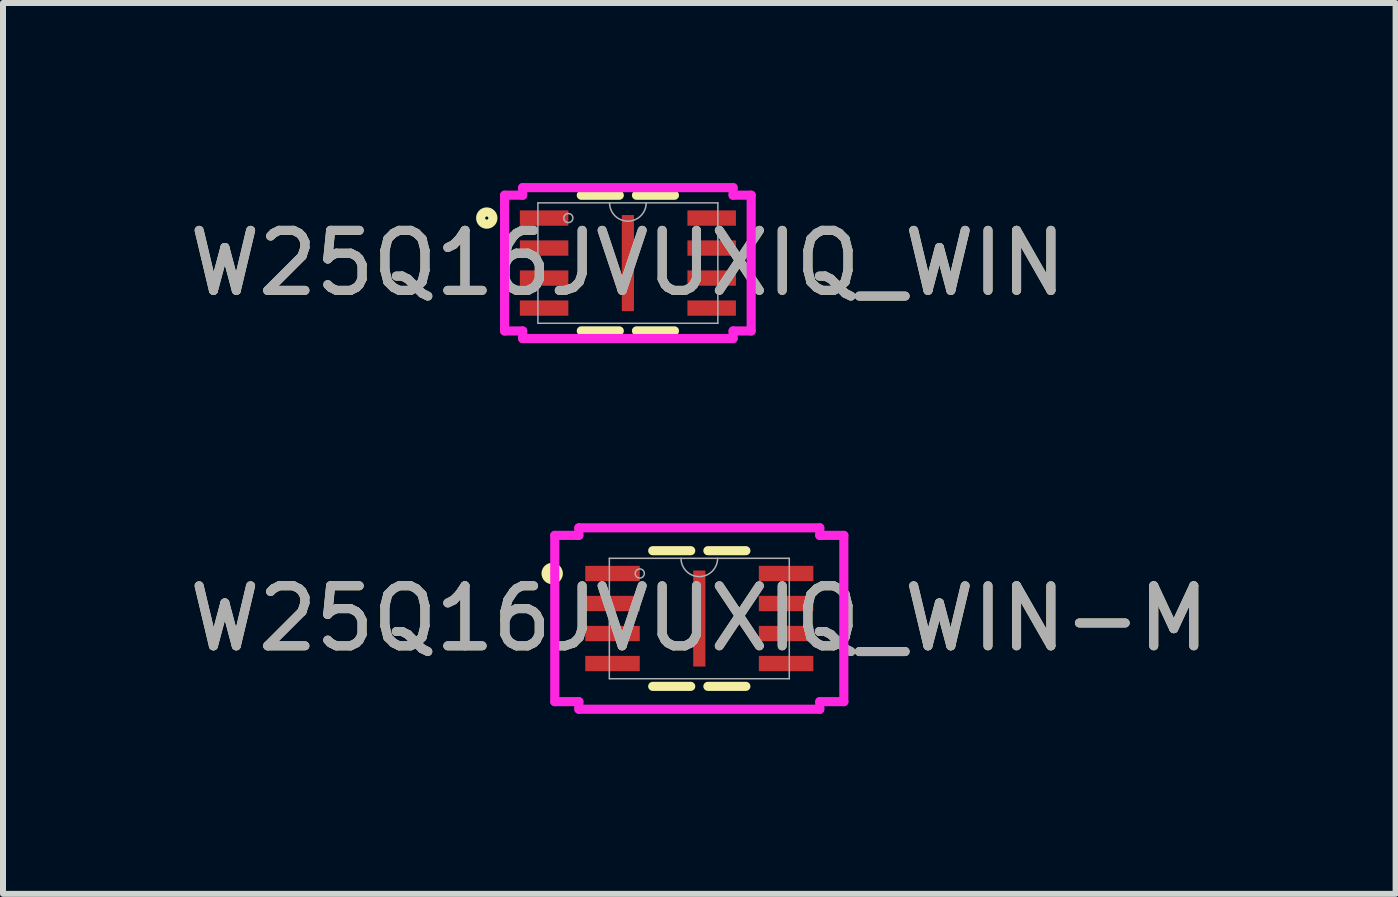
<source format=kicad_pcb>
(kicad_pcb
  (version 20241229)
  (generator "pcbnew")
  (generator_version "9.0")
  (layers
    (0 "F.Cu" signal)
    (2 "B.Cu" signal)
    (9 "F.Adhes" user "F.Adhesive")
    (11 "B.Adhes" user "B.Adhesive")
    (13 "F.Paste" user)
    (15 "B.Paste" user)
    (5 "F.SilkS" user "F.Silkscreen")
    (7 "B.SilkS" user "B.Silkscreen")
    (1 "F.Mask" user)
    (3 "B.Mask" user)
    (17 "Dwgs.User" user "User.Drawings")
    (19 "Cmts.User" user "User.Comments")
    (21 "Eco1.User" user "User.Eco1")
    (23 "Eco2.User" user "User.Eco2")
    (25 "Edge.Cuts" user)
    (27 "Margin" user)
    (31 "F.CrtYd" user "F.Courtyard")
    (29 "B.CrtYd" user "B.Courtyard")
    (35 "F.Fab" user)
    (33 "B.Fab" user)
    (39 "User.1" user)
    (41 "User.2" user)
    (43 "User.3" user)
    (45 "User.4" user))
  (footprint "W25Q16JVUXIQ_WIN-M"
    (layer "F.Cu")
    (at 8.601 7.255)
    (property "Reference" "W25Q16JVUXIQ_WIN-M" (at 0 0 0) (unlocked yes) (layer "F.SilkS") (effects (font (size 1 1) (thickness 0.15))))
    (attr smd)
    (fp_line (start -0.776 1.13) (end -0.143 1.13) (stroke (width 0.152) (type solid)) (layer "F.SilkS"))
    (fp_line (start -0.143 -1.13) (end -0.776 -1.13) (stroke (width 0.152) (type solid)) (layer "F.SilkS"))
    (fp_line (start 0.143 1.13) (end 0.776 1.13) (stroke (width 0.152) (type solid)) (layer "F.SilkS"))
    (fp_line (start 0.776 -1.13) (end 0.143 -1.13) (stroke (width 0.152) (type solid)) (layer "F.SilkS"))
    (fp_circle (center -2.451 -0.75) (end -2.349 -0.75) (stroke (width 0.152) (type solid)) (fill no) (layer "F.SilkS"))
    (fp_line (start -2.408 -1.385) (end -2.007 -1.385) (stroke (width 0.152) (type solid)) (layer "F.CrtYd"))
    (fp_line (start -2.408 1.385) (end -2.408 -1.385) (stroke (width 0.152) (type solid)) (layer "F.CrtYd"))
    (fp_line (start -2.408 1.385) (end -2.007 1.385) (stroke (width 0.152) (type solid)) (layer "F.CrtYd"))
    (fp_line (start -2.007 -1.511) (end 2.007 -1.511) (stroke (width 0.152) (type solid)) (layer "F.CrtYd"))
    (fp_line (start -2.007 -1.385) (end -2.007 -1.511) (stroke (width 0.152) (type solid)) (layer "F.CrtYd"))
    (fp_line (start -2.007 1.511) (end -2.007 1.385) (stroke (width 0.152) (type solid)) (layer "F.CrtYd"))
    (fp_line (start 2.007 -1.511) (end 2.007 -1.385) (stroke (width 0.152) (type solid)) (layer "F.CrtYd"))
    (fp_line (start 2.007 1.385) (end 2.007 1.511) (stroke (width 0.152) (type solid)) (layer "F.CrtYd"))
    (fp_line (start 2.007 1.511) (end -2.007 1.511) (stroke (width 0.152) (type solid)) (layer "F.CrtYd"))
    (fp_line (start 2.408 -1.385) (end 2.007 -1.385) (stroke (width 0.152) (type solid)) (layer "F.CrtYd"))
    (fp_line (start 2.408 -1.385) (end 2.408 1.385) (stroke (width 0.152) (type solid)) (layer "F.CrtYd"))
    (fp_line (start 2.408 1.385) (end 2.007 1.385) (stroke (width 0.152) (type solid)) (layer "F.CrtYd"))
    (fp_line (start -1.499 -1.003) (end -1.499 1.003) (stroke (width 0.025) (type solid)) (layer "F.Fab"))
    (fp_line (start -1.499 1.003) (end 1.499 1.003) (stroke (width 0.025) (type solid)) (layer "F.Fab"))
    (fp_line (start 1.499 -1.003) (end -1.499 -1.003) (stroke (width 0.025) (type solid)) (layer "F.Fab"))
    (fp_line (start 1.499 1.003) (end 1.499 -1.003) (stroke (width 0.025) (type solid)) (layer "F.Fab"))
    (fp_arc (start 0.3048 -1.0033) (mid 0 -0.6985) (end -0.3048 -1.0033) (stroke (width 0.0254) (type solid)) (layer "F.Fab"))
    (fp_circle (center -0.992 -0.75) (end -0.916 -0.75) (stroke (width 0.025) (type solid)) (fill no) (layer "F.Fab"))
    (fp_text user "${REFERENCE}" (at 0 0 0) (unlocked yes) (layer "F.Fab") (effects (font (size 1 1) (thickness 0.15))))
    (pad "1" smd rect (at -1.446 -0.75) (size 0.908 0.255) (layers "F.Cu" "F.Mask" "F.Paste"))
    (pad "2" smd rect (at -1.446 -0.25) (size 0.908 0.255) (layers "F.Cu" "F.Mask" "F.Paste"))
    (pad "3" smd rect (at -1.446 0.25) (size 0.908 0.255) (layers "F.Cu" "F.Mask" "F.Paste"))
    (pad "4" smd rect (at -1.446 0.75) (size 0.908 0.255) (layers "F.Cu" "F.Mask" "F.Paste"))
    (pad "5" smd rect (at 1.446 0.75) (size 0.908 0.255) (layers "F.Cu" "F.Mask" "F.Paste"))
    (pad "6" smd rect (at 1.446 0.25) (size 0.908 0.255) (layers "F.Cu" "F.Mask" "F.Paste"))
    (pad "7" smd rect (at 1.446 -0.25) (size 0.908 0.255) (layers "F.Cu" "F.Mask" "F.Paste"))
    (pad "8" smd rect (at 1.446 -0.75) (size 0.908 0.255) (layers "F.Cu" "F.Mask" "F.Paste"))
    (pad "9" smd rect (at 0 0) (size 0.203 1.6) (layers "F.Cu" "F.Mask" "F.Paste")))
  (footprint "W25Q16JVUXIQ_WIN"
    (layer "F.Cu")
    (at 7.411 1.333)
    (property "Reference" "W25Q16JVUXIQ_WIN" (at 0 0 0) (unlocked yes) (layer "F.SilkS") (effects (font (size 1 1) (thickness 0.15))))
    (attr smd)
    (fp_line (start -0.776 1.13) (end -0.143 1.13) (stroke (width 0.152) (type solid)) (layer "F.SilkS"))
    (fp_line (start -0.143 -1.13) (end -0.776 -1.13) (stroke (width 0.152) (type solid)) (layer "F.SilkS"))
    (fp_line (start 0.143 1.13) (end 0.776 1.13) (stroke (width 0.152) (type solid)) (layer "F.SilkS"))
    (fp_line (start 0.776 -1.13) (end 0.143 -1.13) (stroke (width 0.152) (type solid)) (layer "F.SilkS"))
    (fp_circle (center -2.351 -0.75) (end -2.249 -0.75) (stroke (width 0.152) (type solid)) (fill no) (layer "F.SilkS"))
    (fp_line (start -2.054 -1.131) (end -1.753 -1.131) (stroke (width 0.152) (type solid)) (layer "F.CrtYd"))
    (fp_line (start -2.054 1.131) (end -2.054 -1.131) (stroke (width 0.152) (type solid)) (layer "F.CrtYd"))
    (fp_line (start -2.054 1.131) (end -1.753 1.131) (stroke (width 0.152) (type solid)) (layer "F.CrtYd"))
    (fp_line (start -1.753 -1.257) (end 1.753 -1.257) (stroke (width 0.152) (type solid)) (layer "F.CrtYd"))
    (fp_line (start -1.753 -1.131) (end -1.753 -1.257) (stroke (width 0.152) (type solid)) (layer "F.CrtYd"))
    (fp_line (start -1.753 1.257) (end -1.753 1.131) (stroke (width 0.152) (type solid)) (layer "F.CrtYd"))
    (fp_line (start 1.753 -1.257) (end 1.753 -1.131) (stroke (width 0.152) (type solid)) (layer "F.CrtYd"))
    (fp_line (start 1.753 1.131) (end 1.753 1.257) (stroke (width 0.152) (type solid)) (layer "F.CrtYd"))
    (fp_line (start 1.753 1.257) (end -1.753 1.257) (stroke (width 0.152) (type solid)) (layer "F.CrtYd"))
    (fp_line (start 2.054 -1.131) (end 1.753 -1.131) (stroke (width 0.152) (type solid)) (layer "F.CrtYd"))
    (fp_line (start 2.054 -1.131) (end 2.054 1.131) (stroke (width 0.152) (type solid)) (layer "F.CrtYd"))
    (fp_line (start 2.054 1.131) (end 1.753 1.131) (stroke (width 0.152) (type solid)) (layer "F.CrtYd"))
    (fp_line (start -1.499 -1.003) (end -1.499 1.003) (stroke (width 0.025) (type solid)) (layer "F.Fab"))
    (fp_line (start -1.499 1.003) (end 1.499 1.003) (stroke (width 0.025) (type solid)) (layer "F.Fab"))
    (fp_line (start 1.499 -1.003) (end -1.499 -1.003) (stroke (width 0.025) (type solid)) (layer "F.Fab"))
    (fp_line (start 1.499 1.003) (end 1.499 -1.003) (stroke (width 0.025) (type solid)) (layer "F.Fab"))
    (fp_arc (start 0.3048 -1.0033) (mid 0 -0.6985) (end -0.3048 -1.0033) (stroke (width 0.0254) (type solid)) (layer "F.Fab"))
    (fp_circle (center -0.992 -0.75) (end -0.916 -0.75) (stroke (width 0.025) (type solid)) (fill no) (layer "F.Fab"))
    (fp_text user "${REFERENCE}" (at 0 0 0) (unlocked yes) (layer "F.Fab") (effects (font (size 1 1) (thickness 0.15))))
    (pad "1" smd rect (at -1.396 -0.75) (size 0.808 0.255) (layers "F.Cu" "F.Mask" "F.Paste"))
    (pad "2" smd rect (at -1.396 -0.25) (size 0.808 0.255) (layers "F.Cu" "F.Mask" "F.Paste"))
    (pad "3" smd rect (at -1.396 0.25) (size 0.808 0.255) (layers "F.Cu" "F.Mask" "F.Paste"))
    (pad "4" smd rect (at -1.396 0.75) (size 0.808 0.255) (layers "F.Cu" "F.Mask" "F.Paste"))
    (pad "5" smd rect (at 1.396 0.75) (size 0.808 0.255) (layers "F.Cu" "F.Mask" "F.Paste"))
    (pad "6" smd rect (at 1.396 0.25) (size 0.808 0.255) (layers "F.Cu" "F.Mask" "F.Paste"))
    (pad "7" smd rect (at 1.396 -0.25) (size 0.808 0.255) (layers "F.Cu" "F.Mask" "F.Paste"))
    (pad "8" smd rect (at 1.396 -0.75) (size 0.808 0.255) (layers "F.Cu" "F.Mask" "F.Paste"))
    (pad "9" smd rect (at 0 0) (size 0.203 1.6) (layers "F.Cu" "F.Mask" "F.Paste")))
  (gr_rect
    (start -3 -3)
    (end 20.202 11.842)
    (stroke (width 0.1) (type default))
    (fill no)
    (layer "Edge.Cuts")))
</source>
